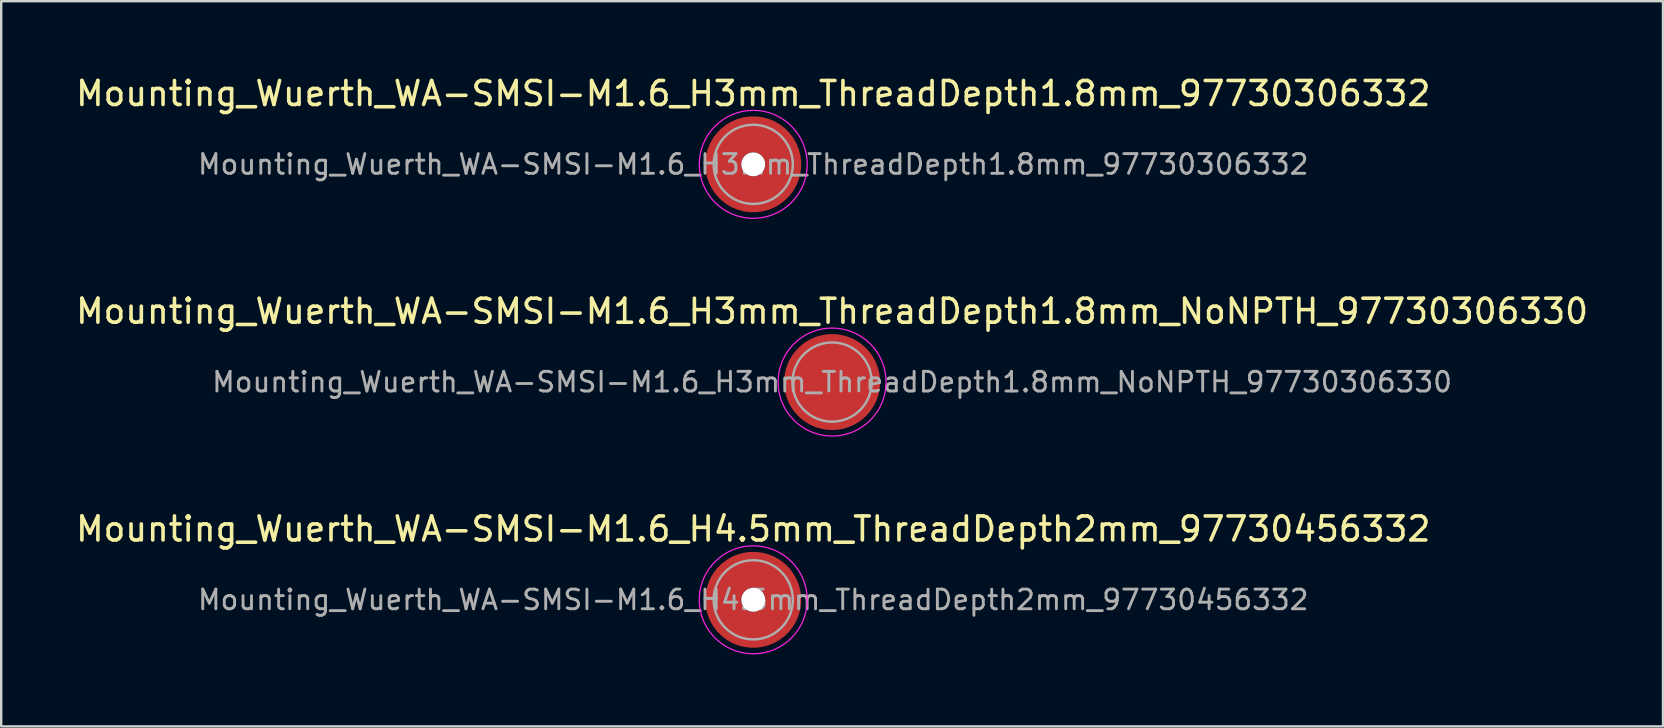
<source format=kicad_pcb>
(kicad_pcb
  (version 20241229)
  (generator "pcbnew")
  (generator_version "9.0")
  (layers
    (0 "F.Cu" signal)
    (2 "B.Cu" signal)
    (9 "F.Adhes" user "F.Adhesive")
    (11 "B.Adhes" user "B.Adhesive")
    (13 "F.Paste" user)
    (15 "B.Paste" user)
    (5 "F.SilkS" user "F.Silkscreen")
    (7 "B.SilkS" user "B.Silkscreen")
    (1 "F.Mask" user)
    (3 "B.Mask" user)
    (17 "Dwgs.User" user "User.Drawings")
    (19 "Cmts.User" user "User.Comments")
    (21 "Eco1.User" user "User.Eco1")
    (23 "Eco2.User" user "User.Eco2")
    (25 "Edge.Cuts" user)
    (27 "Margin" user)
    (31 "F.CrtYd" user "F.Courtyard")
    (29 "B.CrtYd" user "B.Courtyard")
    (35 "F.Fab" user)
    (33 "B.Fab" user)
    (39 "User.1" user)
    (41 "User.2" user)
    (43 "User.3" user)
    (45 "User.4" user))
  (footprint "Mounting_Wuerth_WA-SMSI-M1.6_H3mm_ThreadDepth1.8mm_NoNPTH_97730306330"
    (layer "F.Cu")
    (at 31.625 12.871)
    (property "Reference" "Mounting_Wuerth_WA-SMSI-M1.6_H3mm_ThreadDepth1.8mm_NoNPTH_97730306330" (at 0 -2.95 0) (layer "F.SilkS") (effects (font (size 1 1) (thickness 0.15))))
    (attr smd)
    (fp_circle (center 0 0) (end 2.25 0) (stroke (width 0.05) (type solid)) (fill no) (layer "F.CrtYd"))
    (fp_circle (center 0 0) (end 1.65 0) (stroke (width 0.1) (type solid)) (fill no) (layer "F.Fab"))
    (fp_text user "${REFERENCE}" (at 0 0 0) (layer "F.Fab") (effects (font (size 0.82 0.82) (thickness 0.12))))
    (pad "" smd custom (at -0.778 -0.778) (size 1.2 1.2) (layers "F.Paste") (options (anchor circle)) (primitives (gr_arc (start 0.465568 0.527817) (mid 0.494892 0.495068) (end 0.527634 0.465735) (width 0.2)) (gr_arc (start 0.344805 0.527817) (mid 0.424264 0.424263) (end 0.527818 0.344805) (width 0.2)) (gr_arc (start 0.232382 0.527817) (mid 0.353364 0.353743) (end 0.527329 0.232606) (width 0.2)) (gr_arc (start 0.123983 0.527817) (mid 0.282626 0.28306) (end 0.527243 0.124203) (width 0.2)) (gr_arc (start 0.017883 0.527817) (mid 0.211737 0.212528) (end 0.526755 0.018233) (width 0.2)) (gr_arc (start -0.086763 0.527817) (mid 0.141173 0.14167) (end 0.527142 -0.086568) (width 0.2)) (gr_arc (start -0.190428 0.527817) (mid 0.070433 0.070988) (end 0.527057 -0.190232) (width 0.2)) (gr_arc (start -0.293397 0.527817) (mid -0.000182 0.000182) (end 0.527315 -0.29328) (width 0.2)) (gr_arc (start -0.395852 0.527817) (mid -0.071085 -0.070336) (end 0.526781 -0.395631) (width 0.2)) (gr_arc (start -0.497918 0.527817) (mid -0.141622 -0.141221) (end 0.52726 -0.497809) (width 0.2)) (gr_arc (start -0.59968 0.527817) (mid -0.212364 -0.2119) (end 0.527171 -0.599563) (width 0.2)) (gr_arc (start -0.701202 0.527817) (mid -0.282952 -0.282732) (end 0.527511 -0.701149) (width 0.2)) (gr_arc (start -0.802531 0.527817) (mid -0.353765 -0.353343) (end 0.527227 -0.802438) (width 0.2)) (gr_arc (start -0.9037 0.527817) (mid -0.425176 -0.423352) (end 0.525265 -0.903319) (width 0.2)) (gr_arc (start -1.004737 0.527817) (mid -0.49534 -0.49461) (end 0.526794 -1.004593) (width 0.2)) (gr_line (start 0.528 0.466) (end 0.528 -1.005) (width 0.2)) (gr_line (start 0.466 0.528) (end -1.005 0.528) (width 0.2))))
    (pad "" smd custom (at -0.778 0.778) (size 1.2 1.2) (layers "F.Paste") (options (anchor circle)) (primitives (gr_arc (start 0.527817 -0.465568) (mid 0.495068 -0.494892) (end 0.465735 -0.527634) (width 0.2)) (gr_arc (start 0.527817 -0.344805) (mid 0.424263 -0.424264) (end 0.344805 -0.527818) (width 0.2)) (gr_arc (start 0.527817 -0.232382) (mid 0.353743 -0.353364) (end 0.232606 -0.527329) (width 0.2)) (gr_arc (start 0.527817 -0.123983) (mid 0.28306 -0.282626) (end 0.124203 -0.527243) (width 0.2)) (gr_arc (start 0.527817 -0.017883) (mid 0.212528 -0.211737) (end 0.018233 -0.526755) (width 0.2)) (gr_arc (start 0.527817 0.086763) (mid 0.14167 -0.141173) (end -0.086568 -0.527142) (width 0.2)) (gr_arc (start 0.527817 0.190428) (mid 0.070988 -0.070433) (end -0.190232 -0.527057) (width 0.2)) (gr_arc (start 0.527817 0.293397) (mid 0.000182 0.000182) (end -0.29328 -0.527315) (width 0.2)) (gr_arc (start 0.527817 0.395852) (mid -0.070336 0.071085) (end -0.395631 -0.526781) (width 0.2)) (gr_arc (start 0.527817 0.497918) (mid -0.141221 0.141622) (end -0.497809 -0.52726) (width 0.2)) (gr_arc (start 0.527817 0.59968) (mid -0.2119 0.212364) (end -0.599563 -0.527171) (width 0.2)) (gr_arc (start 0.527817 0.701202) (mid -0.282732 0.282952) (end -0.701149 -0.527511) (width 0.2)) (gr_arc (start 0.527817 0.802531) (mid -0.353343 0.353765) (end -0.802438 -0.527227) (width 0.2)) (gr_arc (start 0.527817 0.9037) (mid -0.423352 0.425176) (end -0.903319 -0.525265) (width 0.2)) (gr_arc (start 0.527817 1.004737) (mid -0.49461 0.49534) (end -1.004593 -0.526794) (width 0.2)) (gr_line (start 0.466 -0.528) (end -1.005 -0.528) (width 0.2)) (gr_line (start 0.528 -0.466) (end 0.528 1.005) (width 0.2))))
    (pad "" smd custom (at 0.778 -0.778) (size 1.2 1.2) (layers "F.Paste") (options (anchor circle)) (primitives (gr_arc (start -0.527817 0.465568) (mid -0.495062 0.494887) (end -0.465723 0.527624) (width 0.2)) (gr_arc (start -0.527817 0.344805) (mid -0.424264 0.424264) (end -0.344805 0.527818) (width 0.2)) (gr_arc (start -0.527817 0.232382) (mid -0.353743 0.353364) (end -0.232606 0.527329) (width 0.2)) (gr_arc (start -0.527817 0.123983) (mid -0.28306 0.282626) (end -0.124203 0.527243) (width 0.2)) (gr_arc (start -0.527817 0.017883) (mid -0.212527 0.211737) (end -0.018233 0.526755) (width 0.2)) (gr_arc (start -0.527817 -0.086763) (mid -0.14167 0.141173) (end 0.086568 0.527142) (width 0.2)) (gr_arc (start -0.527817 -0.190428) (mid -0.070988 0.070433) (end 0.190232 0.527057) (width 0.2)) (gr_arc (start -0.527817 -0.293397) (mid -0.000182 -0.000182) (end 0.29328 0.527315) (width 0.2)) (gr_arc (start -0.527817 -0.395852) (mid 0.070336 -0.071085) (end 0.395631 0.526781) (width 0.2)) (gr_arc (start -0.527817 -0.497918) (mid 0.141221 -0.141622) (end 0.497809 0.52726) (width 0.2)) (gr_arc (start -0.527817 -0.59968) (mid 0.2119 -0.212364) (end 0.599563 0.527171) (width 0.2)) (gr_arc (start -0.527817 -0.701202) (mid 0.282732 -0.282952) (end 0.701149 0.527511) (width 0.2)) (gr_arc (start -0.527817 -0.802531) (mid 0.353343 -0.353765) (end 0.802438 0.527227) (width 0.2)) (gr_arc (start -0.527817 -0.9037) (mid 0.423352 -0.425176) (end 0.903319 0.525265) (width 0.2)) (gr_arc (start -0.527817 -1.004737) (mid 0.49461 -0.49534) (end 1.004593 0.526794) (width 0.2)) (gr_line (start -0.466 0.528) (end 1.005 0.528) (width 0.2)) (gr_line (start -0.528 0.466) (end -0.528 -1.005) (width 0.2))))
    (pad "" smd custom (at 0.778 0.778) (size 1.2 1.2) (layers "F.Paste") (options (anchor circle)) (primitives (gr_arc (start -0.465568 -0.527817) (mid -0.494887 -0.495062) (end -0.527624 -0.465723) (width 0.2)) (gr_arc (start -0.344805 -0.527817) (mid -0.424264 -0.424264) (end -0.527818 -0.344805) (width 0.2)) (gr_arc (start -0.232382 -0.527817) (mid -0.353364 -0.353743) (end -0.527329 -0.232606) (width 0.2)) (gr_arc (start -0.123983 -0.527817) (mid -0.282626 -0.28306) (end -0.527243 -0.124203) (width 0.2)) (gr_arc (start -0.017883 -0.527817) (mid -0.211737 -0.212527) (end -0.526755 -0.018233) (width 0.2)) (gr_arc (start 0.086763 -0.527817) (mid -0.141173 -0.14167) (end -0.527142 0.086568) (width 0.2)) (gr_arc (start 0.190428 -0.527817) (mid -0.070433 -0.070988) (end -0.527057 0.190232) (width 0.2)) (gr_arc (start 0.293397 -0.527817) (mid 0.000182 -0.000182) (end -0.527315 0.29328) (width 0.2)) (gr_arc (start 0.395852 -0.527817) (mid 0.071085 0.070336) (end -0.526781 0.395631) (width 0.2)) (gr_arc (start 0.497918 -0.527817) (mid 0.141622 0.141221) (end -0.52726 0.497809) (width 0.2)) (gr_arc (start 0.59968 -0.527817) (mid 0.212364 0.2119) (end -0.527171 0.599563) (width 0.2)) (gr_arc (start 0.701202 -0.527817) (mid 0.282952 0.282732) (end -0.527511 0.701149) (width 0.2)) (gr_arc (start 0.802531 -0.527817) (mid 0.353765 0.353343) (end -0.527227 0.802438) (width 0.2)) (gr_arc (start 0.9037 -0.527817) (mid 0.425176 0.423352) (end -0.525265 0.903319) (width 0.2)) (gr_arc (start 1.004737 -0.527817) (mid 0.49534 0.49461) (end -0.526794 1.004593) (width 0.2)) (gr_line (start -0.528 -0.466) (end -0.528 1.005) (width 0.2)) (gr_line (start -0.466 -0.528) (end 1.005 -0.528) (width 0.2))))
    (pad "1" smd circle (at 0 0) (size 4 4) (layers "F.Cu" "F.Mask")))
  (footprint "Mounting_Wuerth_WA-SMSI-M1.6_H4.5mm_ThreadDepth2mm_97730456332"
    (layer "F.Cu")
    (at 28.339 21.945)
    (property "Reference" "Mounting_Wuerth_WA-SMSI-M1.6_H4.5mm_ThreadDepth2mm_97730456332" (at 0 -2.95 0) (layer "F.SilkS") (effects (font (size 1 1) (thickness 0.15))))
    (attr smd)
    (fp_circle (center 0 0) (end 2.25 0) (stroke (width 0.05) (type solid)) (fill no) (layer "F.CrtYd"))
    (fp_circle (center 0 0) (end 1.65 0) (stroke (width 0.1) (type solid)) (fill no) (layer "F.Fab"))
    (fp_text user "${REFERENCE}" (at 0 0 0) (layer "F.Fab") (effects (font (size 0.82 0.82) (thickness 0.12))))
    (pad "" smd custom (at 0 -1.25) (size 0.9 0.9) (layers "F.Paste") (options (anchor circle)) (primitives (gr_arc (start -0.259808 0.6) (mid -0.00045 0.55) (end 0.258972 0.599667) (width 0.2)) (gr_arc (start -0.466369 0.6) (mid -0.000127 0.45) (end 0.466163 0.599852) (width 0.2)) (gr_arc (start -0.622495 0.6) (mid -0.000185 0.35) (end 0.622228 0.599745) (width 0.2)) (gr_arc (start -0.759934 0.6) (mid -0.000146 0.25) (end 0.759744 0.599777) (width 0.2)) (gr_arc (start -0.887412 0.6) (mid -0.000546 0.15) (end 0.886766 0.599119) (width 0.2)) (gr_arc (start -1.008712 0.6) (mid -0.000059 0.05) (end 1.008648 0.5999) (width 0.2)) (gr_arc (start -1.125833 0.6) (mid -0.001134 -0.049999) (end 1.124697 0.598036) (width 0.2)) (gr_arc (start -1.23996 0.6) (mid -0.00088 -0.15) (end 1.239142 0.598442) (width 0.2)) (gr_arc (start -1.351851 0.6) (mid -0.000542 -0.25) (end 1.351381 0.599023) (width 0.2)) (gr_arc (start -1.462019 0.6) (mid -0.000852 -0.35) (end 1.461326 0.598443) (width 0.2)) (gr_arc (start -1.570828 0.6) (mid -0.000608 -0.45) (end 1.570363 0.598876) (width 0.2)) (gr_arc (start -1.678541 0.6) (mid -0.000991 -0.55) (end 1.677824 0.598152) (width 0.2)) (gr_line (start 0.26 0.6) (end 1.679 0.6) (width 0.2)) (gr_line (start -0.26 0.6) (end -1.679 0.6) (width 0.2))))
    (pad "" np_thru_hole circle (at 0 0) (size 1 1) (drill 1) (layers "*.Cu" "*.Mask"))
    (pad "" smd custom (at 0 1.25) (size 0.9 0.9) (layers "F.Paste") (options (anchor circle)) (primitives (gr_arc (start 0.259808 -0.6) (mid 0.00045 -0.55) (end -0.258972 -0.599667) (width 0.2)) (gr_arc (start 0.466369 -0.6) (mid 0.000127 -0.45) (end -0.466163 -0.599852) (width 0.2)) (gr_arc (start 0.622495 -0.6) (mid 0.000185 -0.35) (end -0.622228 -0.599745) (width 0.2)) (gr_arc (start 0.759934 -0.6) (mid 0.000146 -0.25) (end -0.759744 -0.599777) (width 0.2)) (gr_arc (start 0.887412 -0.6) (mid 0.000546 -0.15) (end -0.886766 -0.599119) (width 0.2)) (gr_arc (start 1.008712 -0.6) (mid 0.000059 -0.05) (end -1.008648 -0.5999) (width 0.2)) (gr_arc (start 1.125833 -0.6) (mid 0.001134 0.049999) (end -1.124697 -0.598036) (width 0.2)) (gr_arc (start 1.23996 -0.6) (mid 0.00088 0.15) (end -1.239142 -0.598442) (width 0.2)) (gr_arc (start 1.351851 -0.6) (mid 0.000542 0.25) (end -1.351381 -0.599023) (width 0.2)) (gr_arc (start 1.462019 -0.6) (mid 0.000852 0.35) (end -1.461326 -0.598443) (width 0.2)) (gr_arc (start 1.570828 -0.6) (mid 0.000608 0.449999) (end -1.570363 -0.598876) (width 0.2)) (gr_arc (start 1.678541 -0.6) (mid 0.000991 0.55) (end -1.677824 -0.598152) (width 0.2)) (gr_line (start -0.26 -0.6) (end -1.679 -0.6) (width 0.2)) (gr_line (start 0.26 -0.6) (end 1.679 -0.6) (width 0.2))))
    (pad "1" smd circle (at -1.25 0) (size 1.1 1.1) (layers "F.Cu"))
    (pad "1" smd circle (at 0 -1.25) (size 1.1 1.1) (layers "F.Cu"))
    (pad "1" smd circle (at 0 1.25) (size 1.1 1.1) (layers "F.Cu"))
    (pad "1" smd custom (at 1.25 0) (size 1.1 1.1) (layers "F.Cu" "F.Mask") (options (anchor circle)) (primitives (gr_circle (center -1.25 0) (end 0 0) (width 1.5) (fill no)))))
  (footprint "Mounting_Wuerth_WA-SMSI-M1.6_H3mm_ThreadDepth1.8mm_97730306332"
    (layer "F.Cu")
    (at 28.339 3.798)
    (property "Reference" "Mounting_Wuerth_WA-SMSI-M1.6_H3mm_ThreadDepth1.8mm_97730306332" (at 0 -2.95 0) (layer "F.SilkS") (effects (font (size 1 1) (thickness 0.15))))
    (attr smd)
    (fp_circle (center 0 0) (end 2.25 0) (stroke (width 0.05) (type solid)) (fill no) (layer "F.CrtYd"))
    (fp_circle (center 0 0) (end 1.65 0) (stroke (width 0.1) (type solid)) (fill no) (layer "F.Fab"))
    (fp_text user "${REFERENCE}" (at 0 0 0) (layer "F.Fab") (effects (font (size 0.82 0.82) (thickness 0.12))))
    (pad "" smd custom (at 0 -1.25) (size 0.9 0.9) (layers "F.Paste") (options (anchor circle)) (primitives (gr_arc (start -0.259808 0.6) (mid -0.00045 0.55) (end 0.258972 0.599667) (width 0.2)) (gr_arc (start -0.466369 0.6) (mid -0.000127 0.45) (end 0.466163 0.599852) (width 0.2)) (gr_arc (start -0.622495 0.6) (mid -0.000185 0.35) (end 0.622228 0.599745) (width 0.2)) (gr_arc (start -0.759934 0.6) (mid -0.000146 0.25) (end 0.759744 0.599777) (width 0.2)) (gr_arc (start -0.887412 0.6) (mid -0.000546 0.15) (end 0.886766 0.599119) (width 0.2)) (gr_arc (start -1.008712 0.6) (mid -0.000059 0.05) (end 1.008648 0.5999) (width 0.2)) (gr_arc (start -1.125833 0.6) (mid -0.001134 -0.049999) (end 1.124697 0.598036) (width 0.2)) (gr_arc (start -1.23996 0.6) (mid -0.00088 -0.15) (end 1.239142 0.598442) (width 0.2)) (gr_arc (start -1.351851 0.6) (mid -0.000542 -0.25) (end 1.351381 0.599023) (width 0.2)) (gr_arc (start -1.462019 0.6) (mid -0.000852 -0.35) (end 1.461326 0.598443) (width 0.2)) (gr_arc (start -1.570828 0.6) (mid -0.000608 -0.45) (end 1.570363 0.598876) (width 0.2)) (gr_arc (start -1.678541 0.6) (mid -0.000991 -0.55) (end 1.677824 0.598152) (width 0.2)) (gr_line (start 0.26 0.6) (end 1.679 0.6) (width 0.2)) (gr_line (start -0.26 0.6) (end -1.679 0.6) (width 0.2))))
    (pad "" np_thru_hole circle (at 0 0) (size 1 1) (drill 1) (layers "*.Cu" "*.Mask"))
    (pad "" smd custom (at 0 1.25) (size 0.9 0.9) (layers "F.Paste") (options (anchor circle)) (primitives (gr_arc (start 0.259808 -0.6) (mid 0.00045 -0.55) (end -0.258972 -0.599667) (width 0.2)) (gr_arc (start 0.466369 -0.6) (mid 0.000127 -0.45) (end -0.466163 -0.599852) (width 0.2)) (gr_arc (start 0.622495 -0.6) (mid 0.000185 -0.35) (end -0.622228 -0.599745) (width 0.2)) (gr_arc (start 0.759934 -0.6) (mid 0.000146 -0.25) (end -0.759744 -0.599777) (width 0.2)) (gr_arc (start 0.887412 -0.6) (mid 0.000546 -0.15) (end -0.886766 -0.599119) (width 0.2)) (gr_arc (start 1.008712 -0.6) (mid 0.000059 -0.05) (end -1.008648 -0.5999) (width 0.2)) (gr_arc (start 1.125833 -0.6) (mid 0.001134 0.049999) (end -1.124697 -0.598036) (width 0.2)) (gr_arc (start 1.23996 -0.6) (mid 0.00088 0.15) (end -1.239142 -0.598442) (width 0.2)) (gr_arc (start 1.351851 -0.6) (mid 0.000542 0.25) (end -1.351381 -0.599023) (width 0.2)) (gr_arc (start 1.462019 -0.6) (mid 0.000852 0.35) (end -1.461326 -0.598443) (width 0.2)) (gr_arc (start 1.570828 -0.6) (mid 0.000608 0.449999) (end -1.570363 -0.598876) (width 0.2)) (gr_arc (start 1.678541 -0.6) (mid 0.000991 0.55) (end -1.677824 -0.598152) (width 0.2)) (gr_line (start -0.26 -0.6) (end -1.679 -0.6) (width 0.2)) (gr_line (start 0.26 -0.6) (end 1.679 -0.6) (width 0.2))))
    (pad "1" smd circle (at -1.25 0) (size 1.1 1.1) (layers "F.Cu"))
    (pad "1" smd circle (at 0 -1.25) (size 1.1 1.1) (layers "F.Cu"))
    (pad "1" smd circle (at 0 1.25) (size 1.1 1.1) (layers "F.Cu"))
    (pad "1" smd custom (at 1.25 0) (size 1.1 1.1) (layers "F.Cu" "F.Mask") (options (anchor circle)) (primitives (gr_circle (center -1.25 0) (end 0 0) (width 1.5) (fill no)))))
  (gr_rect
    (start -3 -3)
    (end 66.25 27.22)
    (stroke (width 0.1) (type default))
    (fill no)
    (layer "Edge.Cuts")))
</source>
